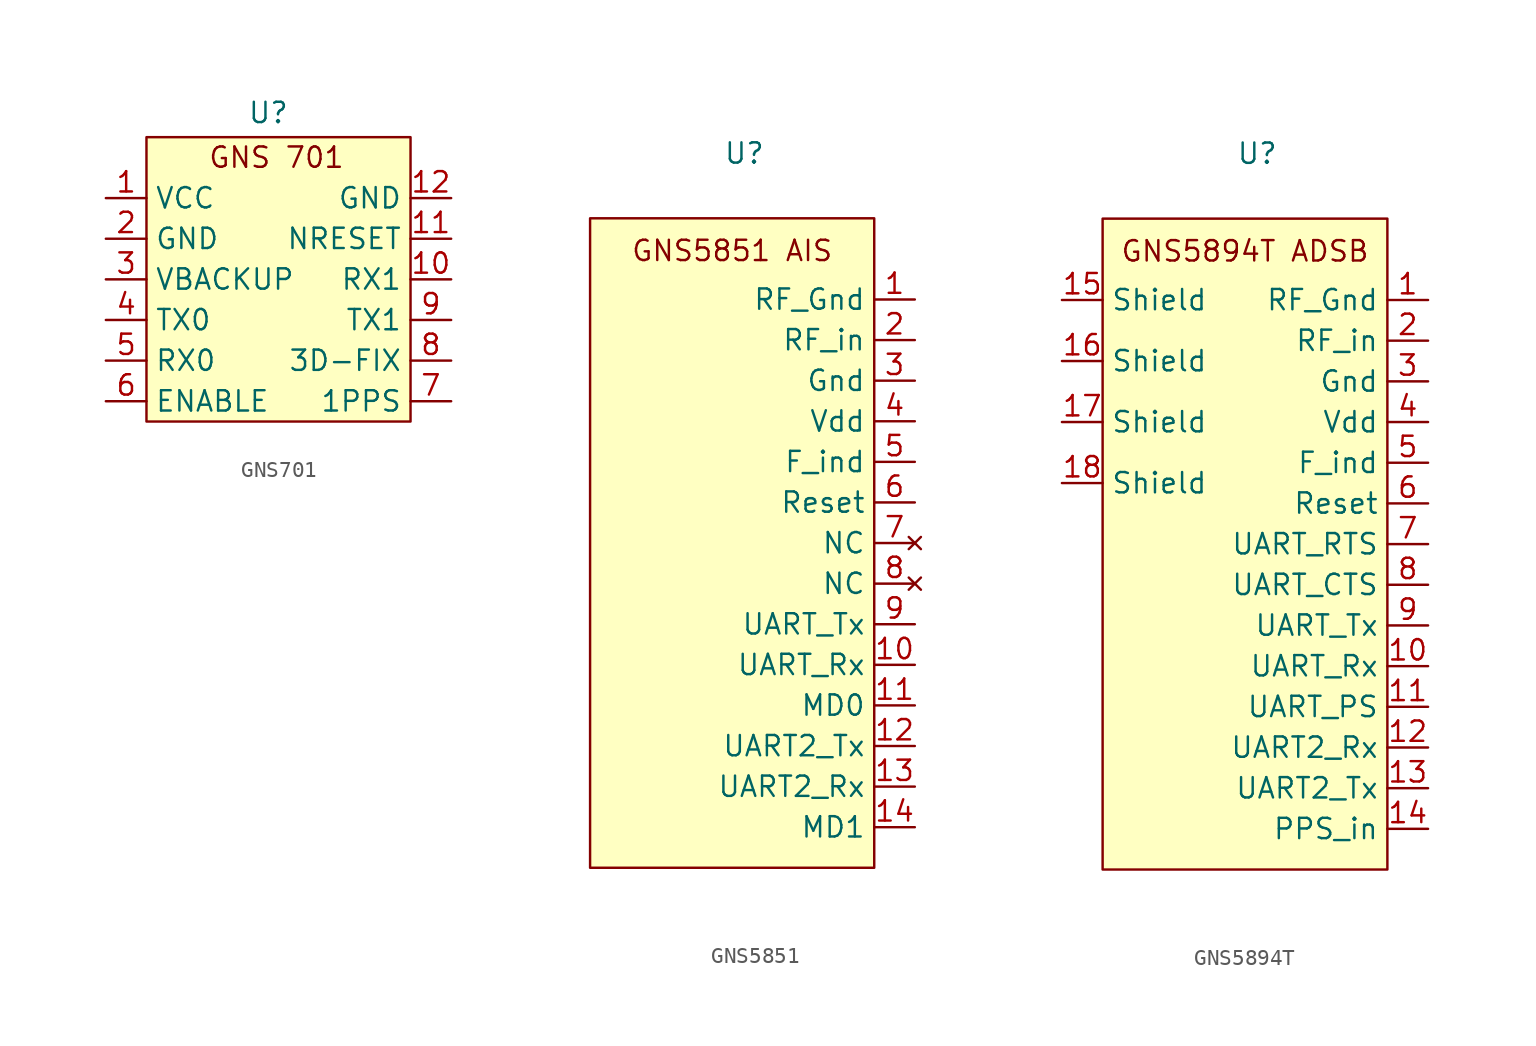
<source format=kicad_sym>
(kicad_symbol_lib
  (version 20241209)
  (generator "kicad_symbol_editor")
  (generator_version "9.0")
  (symbol "GNS701"
    (property "Reference" "U"
      (at 0 6.604 0)
      (effects (font (size 1.27 1.27))))
    (property "Value" ""
      (at 0 0 0)
      (effects (font (size 1.27 1.27))))
    (symbol "GNS701_1_1"
      (rectangle (start -7.62 5.08) (end 8.89 -12.7) (stroke (width 0) (type solid)) (fill (type background)))
      (text "GNS 701" (at 0.508 3.81 0) (effects (font (size 1.27 1.27))))
      (pin power_in line (at -10.16 1.27 0) (length 2.54) (name "VCC" (effects (font (size 1.27 1.27)))) (number "1" (effects (font (size 1.27 1.27)))))
      (pin power_in line (at -10.16 -1.27 0) (length 2.54) (name "GND" (effects (font (size 1.27 1.27)))) (number "2" (effects (font (size 1.27 1.27)))))
      (pin power_in line (at -10.16 -3.81 0) (length 2.54) (name "VBACKUP" (effects (font (size 1.27 1.27)))) (number "3" (effects (font (size 1.27 1.27)))))
      (pin output line (at -10.16 -6.35 0) (length 2.54) (name "TX0" (effects (font (size 1.27 1.27)))) (number "4" (effects (font (size 1.27 1.27)))))
      (pin input line (at -10.16 -8.89 0) (length 2.54) (name "RX0" (effects (font (size 1.27 1.27)))) (number "5" (effects (font (size 1.27 1.27)))))
      (pin input line (at -10.16 -11.43 0) (length 2.54) (name "ENABLE" (effects (font (size 1.27 1.27)))) (number "6" (effects (font (size 1.27 1.27)))))
      (pin power_in line (at 11.43 1.27 180) (length 2.54) (name "GND" (effects (font (size 1.27 1.27)))) (number "12" (effects (font (size 1.27 1.27)))))
      (pin input line (at 11.43 -1.27 180) (length 2.54) (name "NRESET" (effects (font (size 1.27 1.27)))) (number "11" (effects (font (size 1.27 1.27)))))
      (pin input line (at 11.43 -3.81 180) (length 2.54) (name "RX1" (effects (font (size 1.27 1.27)))) (number "10" (effects (font (size 1.27 1.27)))))
      (pin output line (at 11.43 -6.35 180) (length 2.54) (name "TX1" (effects (font (size 1.27 1.27)))) (number "9" (effects (font (size 1.27 1.27)))))
      (pin output line (at 11.43 -8.89 180) (length 2.54) (name "3D-FIX" (effects (font (size 1.27 1.27)))) (number "8" (effects (font (size 1.27 1.27)))))
      (pin output line (at 11.43 -11.43 180) (length 2.54) (name "1PPS" (effects (font (size 1.27 1.27)))) (number "7" (effects (font (size 1.27 1.27)))))))
  (symbol "GNS5851"
    (property "Reference" "U"
      (at 0.762 16.764 0)
      (effects (font (size 1.27 1.27))))
    (property "Value" ""
      (at 0 0 0)
      (effects (font (size 1.27 1.27))))
    (symbol "GNS5851_1_1"
      (rectangle (start -8.89 12.7) (end 8.89 -27.94) (stroke (width 0) (type solid)) (fill (type background)))
      (text "GNS5851 AIS" (at 0 10.668 0) (effects (font (size 1.27 1.27))))
      (pin input line (at 11.43 7.62 180) (length 2.54) (name "RF_Gnd" (effects (font (size 1.27 1.27)))) (number "1" (effects (font (size 1.27 1.27)))))
      (pin input line (at 11.43 5.08 180) (length 2.54) (name "RF_in" (effects (font (size 1.27 1.27)))) (number "2" (effects (font (size 1.27 1.27)))))
      (pin power_in line (at 11.43 2.54 180) (length 2.54) (name "Gnd" (effects (font (size 1.27 1.27)))) (number "3" (effects (font (size 1.27 1.27)))))
      (pin power_in line (at 11.43 0 180) (length 2.54) (name "Vdd" (effects (font (size 1.27 1.27)))) (number "4" (effects (font (size 1.27 1.27)))))
      (pin output line (at 11.43 -2.54 180) (length 2.54) (name "F_ind" (effects (font (size 1.27 1.27)))) (number "5" (effects (font (size 1.27 1.27)))))
      (pin input line (at 11.43 -5.08 180) (length 2.54) (name "Reset" (effects (font (size 1.27 1.27)))) (number "6" (effects (font (size 1.27 1.27)))))
      (pin no_connect line (at 11.43 -7.62 180) (length 2.54) (name "NC" (effects (font (size 1.27 1.27)))) (number "7" (effects (font (size 1.27 1.27)))))
      (pin no_connect line (at 11.43 -10.16 180) (length 2.54) (name "NC" (effects (font (size 1.27 1.27)))) (number "8" (effects (font (size 1.27 1.27)))))
      (pin output line (at 11.43 -12.7 180) (length 2.54) (name "UART_Tx" (effects (font (size 1.27 1.27)))) (number "9" (effects (font (size 1.27 1.27)))))
      (pin input line (at 11.43 -15.24 180) (length 2.54) (name "UART_Rx" (effects (font (size 1.27 1.27)))) (number "10" (effects (font (size 1.27 1.27)))))
      (pin input line (at 11.43 -17.78 180) (length 2.54) (name "MD0" (effects (font (size 1.27 1.27)))) (number "11" (effects (font (size 1.27 1.27)))))
      (pin output line (at 11.43 -20.32 180) (length 2.54) (name "UART2_Tx" (effects (font (size 1.27 1.27)))) (number "12" (effects (font (size 1.27 1.27)))))
      (pin input line (at 11.43 -22.86 180) (length 2.54) (name "UART2_Rx" (effects (font (size 1.27 1.27)))) (number "13" (effects (font (size 1.27 1.27)))))
      (pin input line (at 11.43 -25.4 180) (length 2.54) (name "MD1" (effects (font (size 1.27 1.27)))) (number "14" (effects (font (size 1.27 1.27)))))))
  (symbol "GNS5894T"
    (property "Reference" "U"
      (at 0.762 16.764 0)
      (effects (font (size 1.27 1.27))))
    (property "Value" ""
      (at 0 0 0)
      (effects (font (size 1.27 1.27))))
    (symbol "GNS5894T_1_1"
      (rectangle (start -8.89 12.7) (end 8.89 -27.94) (stroke (width 0) (type solid)) (fill (type background)))
      (text "GNS5894T ADSB" (at 0 10.668 0) (effects (font (size 1.27 1.27))))
      (pin power_in line (at -11.43 7.62 0) (length 2.54) (name "Shield" (effects (font (size 1.27 1.27)))) (number "15" (effects (font (size 1.27 1.27)))))
      (pin power_in line (at -11.43 3.81 0) (length 2.54) (name "Shield" (effects (font (size 1.27 1.27)))) (number "16" (effects (font (size 1.27 1.27)))))
      (pin power_in line (at -11.43 0 0) (length 2.54) (name "Shield" (effects (font (size 1.27 1.27)))) (number "17" (effects (font (size 1.27 1.27)))))
      (pin power_in line (at -11.43 -3.81 0) (length 2.54) (name "Shield" (effects (font (size 1.27 1.27)))) (number "18" (effects (font (size 1.27 1.27)))))
      (pin input line (at 11.43 7.62 180) (length 2.54) (name "RF_Gnd" (effects (font (size 1.27 1.27)))) (number "1" (effects (font (size 1.27 1.27)))))
      (pin input line (at 11.43 5.08 180) (length 2.54) (name "RF_in" (effects (font (size 1.27 1.27)))) (number "2" (effects (font (size 1.27 1.27)))))
      (pin power_in line (at 11.43 2.54 180) (length 2.54) (name "Gnd" (effects (font (size 1.27 1.27)))) (number "3" (effects (font (size 1.27 1.27)))))
      (pin power_in line (at 11.43 0 180) (length 2.54) (name "Vdd" (effects (font (size 1.27 1.27)))) (number "4" (effects (font (size 1.27 1.27)))))
      (pin output line (at 11.43 -2.54 180) (length 2.54) (name "F_ind" (effects (font (size 1.27 1.27)))) (number "5" (effects (font (size 1.27 1.27)))))
      (pin input line (at 11.43 -5.08 180) (length 2.54) (name "Reset" (effects (font (size 1.27 1.27)))) (number "6" (effects (font (size 1.27 1.27)))))
      (pin output line (at 11.43 -7.62 180) (length 2.54) (name "UART_RTS" (effects (font (size 1.27 1.27)))) (number "7" (effects (font (size 1.27 1.27)))))
      (pin input line (at 11.43 -10.16 180) (length 2.54) (name "UART_CTS" (effects (font (size 1.27 1.27)))) (number "8" (effects (font (size 1.27 1.27)))))
      (pin output line (at 11.43 -12.7 180) (length 2.54) (name "UART_Tx" (effects (font (size 1.27 1.27)))) (number "9" (effects (font (size 1.27 1.27)))))
      (pin input line (at 11.43 -15.24 180) (length 2.54) (name "UART_Rx" (effects (font (size 1.27 1.27)))) (number "10" (effects (font (size 1.27 1.27)))))
      (pin input line (at 11.43 -17.78 180) (length 2.54) (name "UART_PS" (effects (font (size 1.27 1.27)))) (number "11" (effects (font (size 1.27 1.27)))))
      (pin input line (at 11.43 -20.32 180) (length 2.54) (name "UART2_Rx" (effects (font (size 1.27 1.27)))) (number "12" (effects (font (size 1.27 1.27)))))
      (pin output line (at 11.43 -22.86 180) (length 2.54) (name "UART2_Tx" (effects (font (size 1.27 1.27)))) (number "13" (effects (font (size 1.27 1.27)))))
      (pin input line (at 11.43 -25.4 180) (length 2.54) (name "PPS_in" (effects (font (size 1.27 1.27)))) (number "14" (effects (font (size 1.27 1.27))))))))
</source>
